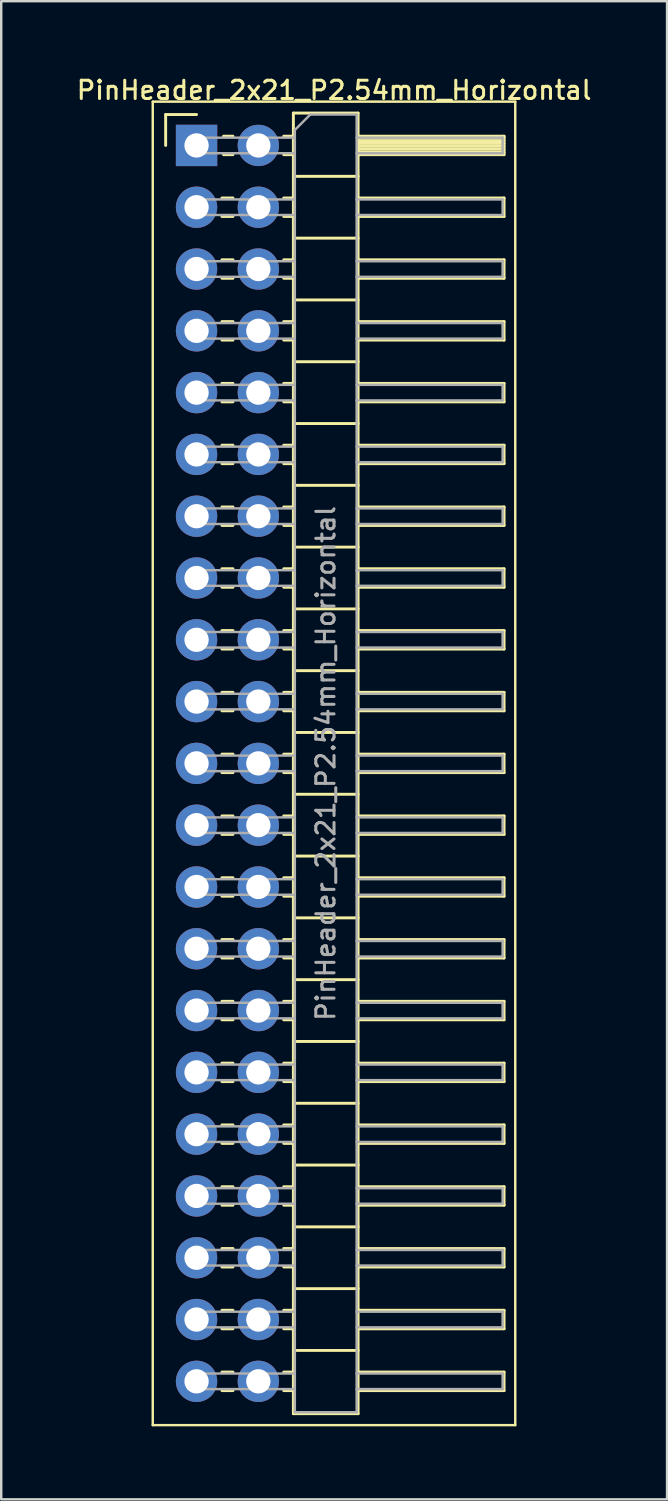
<source format=kicad_pcb>
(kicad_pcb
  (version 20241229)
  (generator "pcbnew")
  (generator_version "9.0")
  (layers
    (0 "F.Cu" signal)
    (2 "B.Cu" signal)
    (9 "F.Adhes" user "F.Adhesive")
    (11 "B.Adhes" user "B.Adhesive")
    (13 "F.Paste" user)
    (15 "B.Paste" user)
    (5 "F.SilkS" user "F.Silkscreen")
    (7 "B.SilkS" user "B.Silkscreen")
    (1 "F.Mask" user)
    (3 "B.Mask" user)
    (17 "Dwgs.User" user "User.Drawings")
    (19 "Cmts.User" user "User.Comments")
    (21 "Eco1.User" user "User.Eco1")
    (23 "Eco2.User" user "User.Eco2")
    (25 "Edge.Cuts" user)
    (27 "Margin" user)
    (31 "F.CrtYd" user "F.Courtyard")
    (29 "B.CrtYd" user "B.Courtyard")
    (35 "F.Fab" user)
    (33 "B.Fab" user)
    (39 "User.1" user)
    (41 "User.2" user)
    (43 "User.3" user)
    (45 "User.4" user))
  (footprint "PinHeader_2x21_P2.54mm_Horizontal"
    (layer "F.Cu")
    (at 5.029 2.928)
    (property "Reference" "PinHeader_2x21_P2.54mm_Horizontal" (at 5.655 -2.27 0) (layer "F.SilkS") (effects (font (size 0.75 0.75) (thickness 0.125))))
    (attr through_hole)
    (fp_line (start -1.8 -1.8) (end -1.8 52.6) (stroke (width 0.1) (type solid)) (layer "F.SilkS"))
    (fp_line (start -1.8 52.6) (end 13.1 52.6) (stroke (width 0.1) (type solid)) (layer "F.SilkS"))
    (fp_line (start -1.27 -1.27) (end 0 -1.27) (stroke (width 0.12) (type solid)) (layer "F.SilkS"))
    (fp_line (start -1.27 0) (end -1.27 -1.27) (stroke (width 0.12) (type solid)) (layer "F.SilkS"))
    (fp_line (start 1.043 2.16) (end 1.497 2.16) (stroke (width 0.12) (type solid)) (layer "F.SilkS"))
    (fp_line (start 1.043 2.92) (end 1.497 2.92) (stroke (width 0.12) (type solid)) (layer "F.SilkS"))
    (fp_line (start 1.043 4.7) (end 1.497 4.7) (stroke (width 0.12) (type solid)) (layer "F.SilkS"))
    (fp_line (start 1.043 5.46) (end 1.497 5.46) (stroke (width 0.12) (type solid)) (layer "F.SilkS"))
    (fp_line (start 1.043 7.24) (end 1.497 7.24) (stroke (width 0.12) (type solid)) (layer "F.SilkS"))
    (fp_line (start 1.043 8) (end 1.497 8) (stroke (width 0.12) (type solid)) (layer "F.SilkS"))
    (fp_line (start 1.043 9.78) (end 1.497 9.78) (stroke (width 0.12) (type solid)) (layer "F.SilkS"))
    (fp_line (start 1.043 10.54) (end 1.497 10.54) (stroke (width 0.12) (type solid)) (layer "F.SilkS"))
    (fp_line (start 1.043 12.32) (end 1.497 12.32) (stroke (width 0.12) (type solid)) (layer "F.SilkS"))
    (fp_line (start 1.043 13.08) (end 1.497 13.08) (stroke (width 0.12) (type solid)) (layer "F.SilkS"))
    (fp_line (start 1.043 14.86) (end 1.497 14.86) (stroke (width 0.12) (type solid)) (layer "F.SilkS"))
    (fp_line (start 1.043 15.62) (end 1.497 15.62) (stroke (width 0.12) (type solid)) (layer "F.SilkS"))
    (fp_line (start 1.043 17.4) (end 1.497 17.4) (stroke (width 0.12) (type solid)) (layer "F.SilkS"))
    (fp_line (start 1.043 18.16) (end 1.497 18.16) (stroke (width 0.12) (type solid)) (layer "F.SilkS"))
    (fp_line (start 1.043 19.94) (end 1.497 19.94) (stroke (width 0.12) (type solid)) (layer "F.SilkS"))
    (fp_line (start 1.043 20.7) (end 1.497 20.7) (stroke (width 0.12) (type solid)) (layer "F.SilkS"))
    (fp_line (start 1.043 22.48) (end 1.497 22.48) (stroke (width 0.12) (type solid)) (layer "F.SilkS"))
    (fp_line (start 1.043 23.24) (end 1.497 23.24) (stroke (width 0.12) (type solid)) (layer "F.SilkS"))
    (fp_line (start 1.043 25.02) (end 1.497 25.02) (stroke (width 0.12) (type solid)) (layer "F.SilkS"))
    (fp_line (start 1.043 25.78) (end 1.497 25.78) (stroke (width 0.12) (type solid)) (layer "F.SilkS"))
    (fp_line (start 1.043 27.56) (end 1.497 27.56) (stroke (width 0.12) (type solid)) (layer "F.SilkS"))
    (fp_line (start 1.043 28.32) (end 1.497 28.32) (stroke (width 0.12) (type solid)) (layer "F.SilkS"))
    (fp_line (start 1.043 30.1) (end 1.497 30.1) (stroke (width 0.12) (type solid)) (layer "F.SilkS"))
    (fp_line (start 1.043 30.86) (end 1.497 30.86) (stroke (width 0.12) (type solid)) (layer "F.SilkS"))
    (fp_line (start 1.043 32.64) (end 1.497 32.64) (stroke (width 0.12) (type solid)) (layer "F.SilkS"))
    (fp_line (start 1.043 33.4) (end 1.497 33.4) (stroke (width 0.12) (type solid)) (layer "F.SilkS"))
    (fp_line (start 1.043 35.18) (end 1.497 35.18) (stroke (width 0.12) (type solid)) (layer "F.SilkS"))
    (fp_line (start 1.043 35.94) (end 1.497 35.94) (stroke (width 0.12) (type solid)) (layer "F.SilkS"))
    (fp_line (start 1.043 37.72) (end 1.497 37.72) (stroke (width 0.12) (type solid)) (layer "F.SilkS"))
    (fp_line (start 1.043 38.48) (end 1.497 38.48) (stroke (width 0.12) (type solid)) (layer "F.SilkS"))
    (fp_line (start 1.043 40.26) (end 1.497 40.26) (stroke (width 0.12) (type solid)) (layer "F.SilkS"))
    (fp_line (start 1.043 41.02) (end 1.497 41.02) (stroke (width 0.12) (type solid)) (layer "F.SilkS"))
    (fp_line (start 1.043 42.8) (end 1.497 42.8) (stroke (width 0.12) (type solid)) (layer "F.SilkS"))
    (fp_line (start 1.043 43.56) (end 1.497 43.56) (stroke (width 0.12) (type solid)) (layer "F.SilkS"))
    (fp_line (start 1.043 45.34) (end 1.497 45.34) (stroke (width 0.12) (type solid)) (layer "F.SilkS"))
    (fp_line (start 1.043 46.1) (end 1.497 46.1) (stroke (width 0.12) (type solid)) (layer "F.SilkS"))
    (fp_line (start 1.043 47.88) (end 1.497 47.88) (stroke (width 0.12) (type solid)) (layer "F.SilkS"))
    (fp_line (start 1.043 48.64) (end 1.497 48.64) (stroke (width 0.12) (type solid)) (layer "F.SilkS"))
    (fp_line (start 1.043 50.42) (end 1.497 50.42) (stroke (width 0.12) (type solid)) (layer "F.SilkS"))
    (fp_line (start 1.043 51.18) (end 1.497 51.18) (stroke (width 0.12) (type solid)) (layer "F.SilkS"))
    (fp_line (start 1.11 -0.38) (end 1.497 -0.38) (stroke (width 0.12) (type solid)) (layer "F.SilkS"))
    (fp_line (start 1.11 0.38) (end 1.497 0.38) (stroke (width 0.12) (type solid)) (layer "F.SilkS"))
    (fp_line (start 3.583 -0.38) (end 3.98 -0.38) (stroke (width 0.12) (type solid)) (layer "F.SilkS"))
    (fp_line (start 3.583 0.38) (end 3.98 0.38) (stroke (width 0.12) (type solid)) (layer "F.SilkS"))
    (fp_line (start 3.583 2.16) (end 3.98 2.16) (stroke (width 0.12) (type solid)) (layer "F.SilkS"))
    (fp_line (start 3.583 2.92) (end 3.98 2.92) (stroke (width 0.12) (type solid)) (layer "F.SilkS"))
    (fp_line (start 3.583 4.7) (end 3.98 4.7) (stroke (width 0.12) (type solid)) (layer "F.SilkS"))
    (fp_line (start 3.583 5.46) (end 3.98 5.46) (stroke (width 0.12) (type solid)) (layer "F.SilkS"))
    (fp_line (start 3.583 7.24) (end 3.98 7.24) (stroke (width 0.12) (type solid)) (layer "F.SilkS"))
    (fp_line (start 3.583 8) (end 3.98 8) (stroke (width 0.12) (type solid)) (layer "F.SilkS"))
    (fp_line (start 3.583 9.78) (end 3.98 9.78) (stroke (width 0.12) (type solid)) (layer "F.SilkS"))
    (fp_line (start 3.583 10.54) (end 3.98 10.54) (stroke (width 0.12) (type solid)) (layer "F.SilkS"))
    (fp_line (start 3.583 12.32) (end 3.98 12.32) (stroke (width 0.12) (type solid)) (layer "F.SilkS"))
    (fp_line (start 3.583 13.08) (end 3.98 13.08) (stroke (width 0.12) (type solid)) (layer "F.SilkS"))
    (fp_line (start 3.583 14.86) (end 3.98 14.86) (stroke (width 0.12) (type solid)) (layer "F.SilkS"))
    (fp_line (start 3.583 15.62) (end 3.98 15.62) (stroke (width 0.12) (type solid)) (layer "F.SilkS"))
    (fp_line (start 3.583 17.4) (end 3.98 17.4) (stroke (width 0.12) (type solid)) (layer "F.SilkS"))
    (fp_line (start 3.583 18.16) (end 3.98 18.16) (stroke (width 0.12) (type solid)) (layer "F.SilkS"))
    (fp_line (start 3.583 19.94) (end 3.98 19.94) (stroke (width 0.12) (type solid)) (layer "F.SilkS"))
    (fp_line (start 3.583 20.7) (end 3.98 20.7) (stroke (width 0.12) (type solid)) (layer "F.SilkS"))
    (fp_line (start 3.583 22.48) (end 3.98 22.48) (stroke (width 0.12) (type solid)) (layer "F.SilkS"))
    (fp_line (start 3.583 23.24) (end 3.98 23.24) (stroke (width 0.12) (type solid)) (layer "F.SilkS"))
    (fp_line (start 3.583 25.02) (end 3.98 25.02) (stroke (width 0.12) (type solid)) (layer "F.SilkS"))
    (fp_line (start 3.583 25.78) (end 3.98 25.78) (stroke (width 0.12) (type solid)) (layer "F.SilkS"))
    (fp_line (start 3.583 27.56) (end 3.98 27.56) (stroke (width 0.12) (type solid)) (layer "F.SilkS"))
    (fp_line (start 3.583 28.32) (end 3.98 28.32) (stroke (width 0.12) (type solid)) (layer "F.SilkS"))
    (fp_line (start 3.583 30.1) (end 3.98 30.1) (stroke (width 0.12) (type solid)) (layer "F.SilkS"))
    (fp_line (start 3.583 30.86) (end 3.98 30.86) (stroke (width 0.12) (type solid)) (layer "F.SilkS"))
    (fp_line (start 3.583 32.64) (end 3.98 32.64) (stroke (width 0.12) (type solid)) (layer "F.SilkS"))
    (fp_line (start 3.583 33.4) (end 3.98 33.4) (stroke (width 0.12) (type solid)) (layer "F.SilkS"))
    (fp_line (start 3.583 35.18) (end 3.98 35.18) (stroke (width 0.12) (type solid)) (layer "F.SilkS"))
    (fp_line (start 3.583 35.94) (end 3.98 35.94) (stroke (width 0.12) (type solid)) (layer "F.SilkS"))
    (fp_line (start 3.583 37.72) (end 3.98 37.72) (stroke (width 0.12) (type solid)) (layer "F.SilkS"))
    (fp_line (start 3.583 38.48) (end 3.98 38.48) (stroke (width 0.12) (type solid)) (layer "F.SilkS"))
    (fp_line (start 3.583 40.26) (end 3.98 40.26) (stroke (width 0.12) (type solid)) (layer "F.SilkS"))
    (fp_line (start 3.583 41.02) (end 3.98 41.02) (stroke (width 0.12) (type solid)) (layer "F.SilkS"))
    (fp_line (start 3.583 42.8) (end 3.98 42.8) (stroke (width 0.12) (type solid)) (layer "F.SilkS"))
    (fp_line (start 3.583 43.56) (end 3.98 43.56) (stroke (width 0.12) (type solid)) (layer "F.SilkS"))
    (fp_line (start 3.583 45.34) (end 3.98 45.34) (stroke (width 0.12) (type solid)) (layer "F.SilkS"))
    (fp_line (start 3.583 46.1) (end 3.98 46.1) (stroke (width 0.12) (type solid)) (layer "F.SilkS"))
    (fp_line (start 3.583 47.88) (end 3.98 47.88) (stroke (width 0.12) (type solid)) (layer "F.SilkS"))
    (fp_line (start 3.583 48.64) (end 3.98 48.64) (stroke (width 0.12) (type solid)) (layer "F.SilkS"))
    (fp_line (start 3.583 50.42) (end 3.98 50.42) (stroke (width 0.12) (type solid)) (layer "F.SilkS"))
    (fp_line (start 3.583 51.18) (end 3.98 51.18) (stroke (width 0.12) (type solid)) (layer "F.SilkS"))
    (fp_line (start 3.98 -1.33) (end 3.98 52.13) (stroke (width 0.12) (type solid)) (layer "F.SilkS"))
    (fp_line (start 3.98 1.27) (end 6.64 1.27) (stroke (width 0.12) (type solid)) (layer "F.SilkS"))
    (fp_line (start 3.98 3.81) (end 6.64 3.81) (stroke (width 0.12) (type solid)) (layer "F.SilkS"))
    (fp_line (start 3.98 6.35) (end 6.64 6.35) (stroke (width 0.12) (type solid)) (layer "F.SilkS"))
    (fp_line (start 3.98 8.89) (end 6.64 8.89) (stroke (width 0.12) (type solid)) (layer "F.SilkS"))
    (fp_line (start 3.98 11.43) (end 6.64 11.43) (stroke (width 0.12) (type solid)) (layer "F.SilkS"))
    (fp_line (start 3.98 13.97) (end 6.64 13.97) (stroke (width 0.12) (type solid)) (layer "F.SilkS"))
    (fp_line (start 3.98 16.51) (end 6.64 16.51) (stroke (width 0.12) (type solid)) (layer "F.SilkS"))
    (fp_line (start 3.98 19.05) (end 6.64 19.05) (stroke (width 0.12) (type solid)) (layer "F.SilkS"))
    (fp_line (start 3.98 21.59) (end 6.64 21.59) (stroke (width 0.12) (type solid)) (layer "F.SilkS"))
    (fp_line (start 3.98 24.13) (end 6.64 24.13) (stroke (width 0.12) (type solid)) (layer "F.SilkS"))
    (fp_line (start 3.98 26.67) (end 6.64 26.67) (stroke (width 0.12) (type solid)) (layer "F.SilkS"))
    (fp_line (start 3.98 29.21) (end 6.64 29.21) (stroke (width 0.12) (type solid)) (layer "F.SilkS"))
    (fp_line (start 3.98 31.75) (end 6.64 31.75) (stroke (width 0.12) (type solid)) (layer "F.SilkS"))
    (fp_line (start 3.98 34.29) (end 6.64 34.29) (stroke (width 0.12) (type solid)) (layer "F.SilkS"))
    (fp_line (start 3.98 36.83) (end 6.64 36.83) (stroke (width 0.12) (type solid)) (layer "F.SilkS"))
    (fp_line (start 3.98 39.37) (end 6.64 39.37) (stroke (width 0.12) (type solid)) (layer "F.SilkS"))
    (fp_line (start 3.98 41.91) (end 6.64 41.91) (stroke (width 0.12) (type solid)) (layer "F.SilkS"))
    (fp_line (start 3.98 44.45) (end 6.64 44.45) (stroke (width 0.12) (type solid)) (layer "F.SilkS"))
    (fp_line (start 3.98 46.99) (end 6.64 46.99) (stroke (width 0.12) (type solid)) (layer "F.SilkS"))
    (fp_line (start 3.98 49.53) (end 6.64 49.53) (stroke (width 0.12) (type solid)) (layer "F.SilkS"))
    (fp_line (start 3.98 52.13) (end 6.64 52.13) (stroke (width 0.12) (type solid)) (layer "F.SilkS"))
    (fp_line (start 6.64 -1.33) (end 3.98 -1.33) (stroke (width 0.12) (type solid)) (layer "F.SilkS"))
    (fp_line (start 6.64 -0.38) (end 12.64 -0.38) (stroke (width 0.12) (type solid)) (layer "F.SilkS"))
    (fp_line (start 6.64 -0.32) (end 12.64 -0.32) (stroke (width 0.12) (type solid)) (layer "F.SilkS"))
    (fp_line (start 6.64 -0.2) (end 12.64 -0.2) (stroke (width 0.12) (type solid)) (layer "F.SilkS"))
    (fp_line (start 6.64 -0.08) (end 12.64 -0.08) (stroke (width 0.12) (type solid)) (layer "F.SilkS"))
    (fp_line (start 6.64 0.04) (end 12.64 0.04) (stroke (width 0.12) (type solid)) (layer "F.SilkS"))
    (fp_line (start 6.64 0.16) (end 12.64 0.16) (stroke (width 0.12) (type solid)) (layer "F.SilkS"))
    (fp_line (start 6.64 0.28) (end 12.64 0.28) (stroke (width 0.12) (type solid)) (layer "F.SilkS"))
    (fp_line (start 6.64 2.16) (end 12.64 2.16) (stroke (width 0.12) (type solid)) (layer "F.SilkS"))
    (fp_line (start 6.64 4.7) (end 12.64 4.7) (stroke (width 0.12) (type solid)) (layer "F.SilkS"))
    (fp_line (start 6.64 7.24) (end 12.64 7.24) (stroke (width 0.12) (type solid)) (layer "F.SilkS"))
    (fp_line (start 6.64 9.78) (end 12.64 9.78) (stroke (width 0.12) (type solid)) (layer "F.SilkS"))
    (fp_line (start 6.64 12.32) (end 12.64 12.32) (stroke (width 0.12) (type solid)) (layer "F.SilkS"))
    (fp_line (start 6.64 14.86) (end 12.64 14.86) (stroke (width 0.12) (type solid)) (layer "F.SilkS"))
    (fp_line (start 6.64 17.4) (end 12.64 17.4) (stroke (width 0.12) (type solid)) (layer "F.SilkS"))
    (fp_line (start 6.64 19.94) (end 12.64 19.94) (stroke (width 0.12) (type solid)) (layer "F.SilkS"))
    (fp_line (start 6.64 22.48) (end 12.64 22.48) (stroke (width 0.12) (type solid)) (layer "F.SilkS"))
    (fp_line (start 6.64 25.02) (end 12.64 25.02) (stroke (width 0.12) (type solid)) (layer "F.SilkS"))
    (fp_line (start 6.64 27.56) (end 12.64 27.56) (stroke (width 0.12) (type solid)) (layer "F.SilkS"))
    (fp_line (start 6.64 30.1) (end 12.64 30.1) (stroke (width 0.12) (type solid)) (layer "F.SilkS"))
    (fp_line (start 6.64 32.64) (end 12.64 32.64) (stroke (width 0.12) (type solid)) (layer "F.SilkS"))
    (fp_line (start 6.64 35.18) (end 12.64 35.18) (stroke (width 0.12) (type solid)) (layer "F.SilkS"))
    (fp_line (start 6.64 37.72) (end 12.64 37.72) (stroke (width 0.12) (type solid)) (layer "F.SilkS"))
    (fp_line (start 6.64 40.26) (end 12.64 40.26) (stroke (width 0.12) (type solid)) (layer "F.SilkS"))
    (fp_line (start 6.64 42.8) (end 12.64 42.8) (stroke (width 0.12) (type solid)) (layer "F.SilkS"))
    (fp_line (start 6.64 45.34) (end 12.64 45.34) (stroke (width 0.12) (type solid)) (layer "F.SilkS"))
    (fp_line (start 6.64 47.88) (end 12.64 47.88) (stroke (width 0.12) (type solid)) (layer "F.SilkS"))
    (fp_line (start 6.64 50.42) (end 12.64 50.42) (stroke (width 0.12) (type solid)) (layer "F.SilkS"))
    (fp_line (start 6.64 52.13) (end 6.64 -1.33) (stroke (width 0.12) (type solid)) (layer "F.SilkS"))
    (fp_line (start 12.64 -0.38) (end 12.64 0.38) (stroke (width 0.12) (type solid)) (layer "F.SilkS"))
    (fp_line (start 12.64 0.38) (end 6.64 0.38) (stroke (width 0.12) (type solid)) (layer "F.SilkS"))
    (fp_line (start 12.64 2.16) (end 12.64 2.92) (stroke (width 0.12) (type solid)) (layer "F.SilkS"))
    (fp_line (start 12.64 2.92) (end 6.64 2.92) (stroke (width 0.12) (type solid)) (layer "F.SilkS"))
    (fp_line (start 12.64 4.7) (end 12.64 5.46) (stroke (width 0.12) (type solid)) (layer "F.SilkS"))
    (fp_line (start 12.64 5.46) (end 6.64 5.46) (stroke (width 0.12) (type solid)) (layer "F.SilkS"))
    (fp_line (start 12.64 7.24) (end 12.64 8) (stroke (width 0.12) (type solid)) (layer "F.SilkS"))
    (fp_line (start 12.64 8) (end 6.64 8) (stroke (width 0.12) (type solid)) (layer "F.SilkS"))
    (fp_line (start 12.64 9.78) (end 12.64 10.54) (stroke (width 0.12) (type solid)) (layer "F.SilkS"))
    (fp_line (start 12.64 10.54) (end 6.64 10.54) (stroke (width 0.12) (type solid)) (layer "F.SilkS"))
    (fp_line (start 12.64 12.32) (end 12.64 13.08) (stroke (width 0.12) (type solid)) (layer "F.SilkS"))
    (fp_line (start 12.64 13.08) (end 6.64 13.08) (stroke (width 0.12) (type solid)) (layer "F.SilkS"))
    (fp_line (start 12.64 14.86) (end 12.64 15.62) (stroke (width 0.12) (type solid)) (layer "F.SilkS"))
    (fp_line (start 12.64 15.62) (end 6.64 15.62) (stroke (width 0.12) (type solid)) (layer "F.SilkS"))
    (fp_line (start 12.64 17.4) (end 12.64 18.16) (stroke (width 0.12) (type solid)) (layer "F.SilkS"))
    (fp_line (start 12.64 18.16) (end 6.64 18.16) (stroke (width 0.12) (type solid)) (layer "F.SilkS"))
    (fp_line (start 12.64 19.94) (end 12.64 20.7) (stroke (width 0.12) (type solid)) (layer "F.SilkS"))
    (fp_line (start 12.64 20.7) (end 6.64 20.7) (stroke (width 0.12) (type solid)) (layer "F.SilkS"))
    (fp_line (start 12.64 22.48) (end 12.64 23.24) (stroke (width 0.12) (type solid)) (layer "F.SilkS"))
    (fp_line (start 12.64 23.24) (end 6.64 23.24) (stroke (width 0.12) (type solid)) (layer "F.SilkS"))
    (fp_line (start 12.64 25.02) (end 12.64 25.78) (stroke (width 0.12) (type solid)) (layer "F.SilkS"))
    (fp_line (start 12.64 25.78) (end 6.64 25.78) (stroke (width 0.12) (type solid)) (layer "F.SilkS"))
    (fp_line (start 12.64 27.56) (end 12.64 28.32) (stroke (width 0.12) (type solid)) (layer "F.SilkS"))
    (fp_line (start 12.64 28.32) (end 6.64 28.32) (stroke (width 0.12) (type solid)) (layer "F.SilkS"))
    (fp_line (start 12.64 30.1) (end 12.64 30.86) (stroke (width 0.12) (type solid)) (layer "F.SilkS"))
    (fp_line (start 12.64 30.86) (end 6.64 30.86) (stroke (width 0.12) (type solid)) (layer "F.SilkS"))
    (fp_line (start 12.64 32.64) (end 12.64 33.4) (stroke (width 0.12) (type solid)) (layer "F.SilkS"))
    (fp_line (start 12.64 33.4) (end 6.64 33.4) (stroke (width 0.12) (type solid)) (layer "F.SilkS"))
    (fp_line (start 12.64 35.18) (end 12.64 35.94) (stroke (width 0.12) (type solid)) (layer "F.SilkS"))
    (fp_line (start 12.64 35.94) (end 6.64 35.94) (stroke (width 0.12) (type solid)) (layer "F.SilkS"))
    (fp_line (start 12.64 37.72) (end 12.64 38.48) (stroke (width 0.12) (type solid)) (layer "F.SilkS"))
    (fp_line (start 12.64 38.48) (end 6.64 38.48) (stroke (width 0.12) (type solid)) (layer "F.SilkS"))
    (fp_line (start 12.64 40.26) (end 12.64 41.02) (stroke (width 0.12) (type solid)) (layer "F.SilkS"))
    (fp_line (start 12.64 41.02) (end 6.64 41.02) (stroke (width 0.12) (type solid)) (layer "F.SilkS"))
    (fp_line (start 12.64 42.8) (end 12.64 43.56) (stroke (width 0.12) (type solid)) (layer "F.SilkS"))
    (fp_line (start 12.64 43.56) (end 6.64 43.56) (stroke (width 0.12) (type solid)) (layer "F.SilkS"))
    (fp_line (start 12.64 45.34) (end 12.64 46.1) (stroke (width 0.12) (type solid)) (layer "F.SilkS"))
    (fp_line (start 12.64 46.1) (end 6.64 46.1) (stroke (width 0.12) (type solid)) (layer "F.SilkS"))
    (fp_line (start 12.64 47.88) (end 12.64 48.64) (stroke (width 0.12) (type solid)) (layer "F.SilkS"))
    (fp_line (start 12.64 48.64) (end 6.64 48.64) (stroke (width 0.12) (type solid)) (layer "F.SilkS"))
    (fp_line (start 12.64 50.42) (end 12.64 51.18) (stroke (width 0.12) (type solid)) (layer "F.SilkS"))
    (fp_line (start 12.64 51.18) (end 6.64 51.18) (stroke (width 0.12) (type solid)) (layer "F.SilkS"))
    (fp_line (start 13.1 -1.8) (end -1.8 -1.8) (stroke (width 0.1) (type solid)) (layer "F.SilkS"))
    (fp_line (start 13.1 52.6) (end 13.1 -1.8) (stroke (width 0.1) (type solid)) (layer "F.SilkS"))
    (fp_line (start -0.32 -0.32) (end -0.32 0.32) (stroke (width 0.1) (type solid)) (layer "F.Fab"))
    (fp_line (start -0.32 -0.32) (end 4.04 -0.32) (stroke (width 0.1) (type solid)) (layer "F.Fab"))
    (fp_line (start -0.32 0.32) (end 4.04 0.32) (stroke (width 0.1) (type solid)) (layer "F.Fab"))
    (fp_line (start -0.32 2.22) (end -0.32 2.86) (stroke (width 0.1) (type solid)) (layer "F.Fab"))
    (fp_line (start -0.32 2.22) (end 4.04 2.22) (stroke (width 0.1) (type solid)) (layer "F.Fab"))
    (fp_line (start -0.32 2.86) (end 4.04 2.86) (stroke (width 0.1) (type solid)) (layer "F.Fab"))
    (fp_line (start -0.32 4.76) (end -0.32 5.4) (stroke (width 0.1) (type solid)) (layer "F.Fab"))
    (fp_line (start -0.32 4.76) (end 4.04 4.76) (stroke (width 0.1) (type solid)) (layer "F.Fab"))
    (fp_line (start -0.32 5.4) (end 4.04 5.4) (stroke (width 0.1) (type solid)) (layer "F.Fab"))
    (fp_line (start -0.32 7.3) (end -0.32 7.94) (stroke (width 0.1) (type solid)) (layer "F.Fab"))
    (fp_line (start -0.32 7.3) (end 4.04 7.3) (stroke (width 0.1) (type solid)) (layer "F.Fab"))
    (fp_line (start -0.32 7.94) (end 4.04 7.94) (stroke (width 0.1) (type solid)) (layer "F.Fab"))
    (fp_line (start -0.32 9.84) (end -0.32 10.48) (stroke (width 0.1) (type solid)) (layer "F.Fab"))
    (fp_line (start -0.32 9.84) (end 4.04 9.84) (stroke (width 0.1) (type solid)) (layer "F.Fab"))
    (fp_line (start -0.32 10.48) (end 4.04 10.48) (stroke (width 0.1) (type solid)) (layer "F.Fab"))
    (fp_line (start -0.32 12.38) (end -0.32 13.02) (stroke (width 0.1) (type solid)) (layer "F.Fab"))
    (fp_line (start -0.32 12.38) (end 4.04 12.38) (stroke (width 0.1) (type solid)) (layer "F.Fab"))
    (fp_line (start -0.32 13.02) (end 4.04 13.02) (stroke (width 0.1) (type solid)) (layer "F.Fab"))
    (fp_line (start -0.32 14.92) (end -0.32 15.56) (stroke (width 0.1) (type solid)) (layer "F.Fab"))
    (fp_line (start -0.32 14.92) (end 4.04 14.92) (stroke (width 0.1) (type solid)) (layer "F.Fab"))
    (fp_line (start -0.32 15.56) (end 4.04 15.56) (stroke (width 0.1) (type solid)) (layer "F.Fab"))
    (fp_line (start -0.32 17.46) (end -0.32 18.1) (stroke (width 0.1) (type solid)) (layer "F.Fab"))
    (fp_line (start -0.32 17.46) (end 4.04 17.46) (stroke (width 0.1) (type solid)) (layer "F.Fab"))
    (fp_line (start -0.32 18.1) (end 4.04 18.1) (stroke (width 0.1) (type solid)) (layer "F.Fab"))
    (fp_line (start -0.32 20) (end -0.32 20.64) (stroke (width 0.1) (type solid)) (layer "F.Fab"))
    (fp_line (start -0.32 20) (end 4.04 20) (stroke (width 0.1) (type solid)) (layer "F.Fab"))
    (fp_line (start -0.32 20.64) (end 4.04 20.64) (stroke (width 0.1) (type solid)) (layer "F.Fab"))
    (fp_line (start -0.32 22.54) (end -0.32 23.18) (stroke (width 0.1) (type solid)) (layer "F.Fab"))
    (fp_line (start -0.32 22.54) (end 4.04 22.54) (stroke (width 0.1) (type solid)) (layer "F.Fab"))
    (fp_line (start -0.32 23.18) (end 4.04 23.18) (stroke (width 0.1) (type solid)) (layer "F.Fab"))
    (fp_line (start -0.32 25.08) (end -0.32 25.72) (stroke (width 0.1) (type solid)) (layer "F.Fab"))
    (fp_line (start -0.32 25.08) (end 4.04 25.08) (stroke (width 0.1) (type solid)) (layer "F.Fab"))
    (fp_line (start -0.32 25.72) (end 4.04 25.72) (stroke (width 0.1) (type solid)) (layer "F.Fab"))
    (fp_line (start -0.32 27.62) (end -0.32 28.26) (stroke (width 0.1) (type solid)) (layer "F.Fab"))
    (fp_line (start -0.32 27.62) (end 4.04 27.62) (stroke (width 0.1) (type solid)) (layer "F.Fab"))
    (fp_line (start -0.32 28.26) (end 4.04 28.26) (stroke (width 0.1) (type solid)) (layer "F.Fab"))
    (fp_line (start -0.32 30.16) (end -0.32 30.8) (stroke (width 0.1) (type solid)) (layer "F.Fab"))
    (fp_line (start -0.32 30.16) (end 4.04 30.16) (stroke (width 0.1) (type solid)) (layer "F.Fab"))
    (fp_line (start -0.32 30.8) (end 4.04 30.8) (stroke (width 0.1) (type solid)) (layer "F.Fab"))
    (fp_line (start -0.32 32.7) (end -0.32 33.34) (stroke (width 0.1) (type solid)) (layer "F.Fab"))
    (fp_line (start -0.32 32.7) (end 4.04 32.7) (stroke (width 0.1) (type solid)) (layer "F.Fab"))
    (fp_line (start -0.32 33.34) (end 4.04 33.34) (stroke (width 0.1) (type solid)) (layer "F.Fab"))
    (fp_line (start -0.32 35.24) (end -0.32 35.88) (stroke (width 0.1) (type solid)) (layer "F.Fab"))
    (fp_line (start -0.32 35.24) (end 4.04 35.24) (stroke (width 0.1) (type solid)) (layer "F.Fab"))
    (fp_line (start -0.32 35.88) (end 4.04 35.88) (stroke (width 0.1) (type solid)) (layer "F.Fab"))
    (fp_line (start -0.32 37.78) (end -0.32 38.42) (stroke (width 0.1) (type solid)) (layer "F.Fab"))
    (fp_line (start -0.32 37.78) (end 4.04 37.78) (stroke (width 0.1) (type solid)) (layer "F.Fab"))
    (fp_line (start -0.32 38.42) (end 4.04 38.42) (stroke (width 0.1) (type solid)) (layer "F.Fab"))
    (fp_line (start -0.32 40.32) (end -0.32 40.96) (stroke (width 0.1) (type solid)) (layer "F.Fab"))
    (fp_line (start -0.32 40.32) (end 4.04 40.32) (stroke (width 0.1) (type solid)) (layer "F.Fab"))
    (fp_line (start -0.32 40.96) (end 4.04 40.96) (stroke (width 0.1) (type solid)) (layer "F.Fab"))
    (fp_line (start -0.32 42.86) (end -0.32 43.5) (stroke (width 0.1) (type solid)) (layer "F.Fab"))
    (fp_line (start -0.32 42.86) (end 4.04 42.86) (stroke (width 0.1) (type solid)) (layer "F.Fab"))
    (fp_line (start -0.32 43.5) (end 4.04 43.5) (stroke (width 0.1) (type solid)) (layer "F.Fab"))
    (fp_line (start -0.32 45.4) (end -0.32 46.04) (stroke (width 0.1) (type solid)) (layer "F.Fab"))
    (fp_line (start -0.32 45.4) (end 4.04 45.4) (stroke (width 0.1) (type solid)) (layer "F.Fab"))
    (fp_line (start -0.32 46.04) (end 4.04 46.04) (stroke (width 0.1) (type solid)) (layer "F.Fab"))
    (fp_line (start -0.32 47.94) (end -0.32 48.58) (stroke (width 0.1) (type solid)) (layer "F.Fab"))
    (fp_line (start -0.32 47.94) (end 4.04 47.94) (stroke (width 0.1) (type solid)) (layer "F.Fab"))
    (fp_line (start -0.32 48.58) (end 4.04 48.58) (stroke (width 0.1) (type solid)) (layer "F.Fab"))
    (fp_line (start -0.32 50.48) (end -0.32 51.12) (stroke (width 0.1) (type solid)) (layer "F.Fab"))
    (fp_line (start -0.32 50.48) (end 4.04 50.48) (stroke (width 0.1) (type solid)) (layer "F.Fab"))
    (fp_line (start -0.32 51.12) (end 4.04 51.12) (stroke (width 0.1) (type solid)) (layer "F.Fab"))
    (fp_line (start 4.04 -0.635) (end 4.675 -1.27) (stroke (width 0.1) (type solid)) (layer "F.Fab"))
    (fp_line (start 4.04 52.07) (end 4.04 -0.635) (stroke (width 0.1) (type solid)) (layer "F.Fab"))
    (fp_line (start 4.675 -1.27) (end 6.58 -1.27) (stroke (width 0.1) (type solid)) (layer "F.Fab"))
    (fp_line (start 6.58 -1.27) (end 6.58 52.07) (stroke (width 0.1) (type solid)) (layer "F.Fab"))
    (fp_line (start 6.58 -0.32) (end 12.58 -0.32) (stroke (width 0.1) (type solid)) (layer "F.Fab"))
    (fp_line (start 6.58 0.32) (end 12.58 0.32) (stroke (width 0.1) (type solid)) (layer "F.Fab"))
    (fp_line (start 6.58 2.22) (end 12.58 2.22) (stroke (width 0.1) (type solid)) (layer "F.Fab"))
    (fp_line (start 6.58 2.86) (end 12.58 2.86) (stroke (width 0.1) (type solid)) (layer "F.Fab"))
    (fp_line (start 6.58 4.76) (end 12.58 4.76) (stroke (width 0.1) (type solid)) (layer "F.Fab"))
    (fp_line (start 6.58 5.4) (end 12.58 5.4) (stroke (width 0.1) (type solid)) (layer "F.Fab"))
    (fp_line (start 6.58 7.3) (end 12.58 7.3) (stroke (width 0.1) (type solid)) (layer "F.Fab"))
    (fp_line (start 6.58 7.94) (end 12.58 7.94) (stroke (width 0.1) (type solid)) (layer "F.Fab"))
    (fp_line (start 6.58 9.84) (end 12.58 9.84) (stroke (width 0.1) (type solid)) (layer "F.Fab"))
    (fp_line (start 6.58 10.48) (end 12.58 10.48) (stroke (width 0.1) (type solid)) (layer "F.Fab"))
    (fp_line (start 6.58 12.38) (end 12.58 12.38) (stroke (width 0.1) (type solid)) (layer "F.Fab"))
    (fp_line (start 6.58 13.02) (end 12.58 13.02) (stroke (width 0.1) (type solid)) (layer "F.Fab"))
    (fp_line (start 6.58 14.92) (end 12.58 14.92) (stroke (width 0.1) (type solid)) (layer "F.Fab"))
    (fp_line (start 6.58 15.56) (end 12.58 15.56) (stroke (width 0.1) (type solid)) (layer "F.Fab"))
    (fp_line (start 6.58 17.46) (end 12.58 17.46) (stroke (width 0.1) (type solid)) (layer "F.Fab"))
    (fp_line (start 6.58 18.1) (end 12.58 18.1) (stroke (width 0.1) (type solid)) (layer "F.Fab"))
    (fp_line (start 6.58 20) (end 12.58 20) (stroke (width 0.1) (type solid)) (layer "F.Fab"))
    (fp_line (start 6.58 20.64) (end 12.58 20.64) (stroke (width 0.1) (type solid)) (layer "F.Fab"))
    (fp_line (start 6.58 22.54) (end 12.58 22.54) (stroke (width 0.1) (type solid)) (layer "F.Fab"))
    (fp_line (start 6.58 23.18) (end 12.58 23.18) (stroke (width 0.1) (type solid)) (layer "F.Fab"))
    (fp_line (start 6.58 25.08) (end 12.58 25.08) (stroke (width 0.1) (type solid)) (layer "F.Fab"))
    (fp_line (start 6.58 25.72) (end 12.58 25.72) (stroke (width 0.1) (type solid)) (layer "F.Fab"))
    (fp_line (start 6.58 27.62) (end 12.58 27.62) (stroke (width 0.1) (type solid)) (layer "F.Fab"))
    (fp_line (start 6.58 28.26) (end 12.58 28.26) (stroke (width 0.1) (type solid)) (layer "F.Fab"))
    (fp_line (start 6.58 30.16) (end 12.58 30.16) (stroke (width 0.1) (type solid)) (layer "F.Fab"))
    (fp_line (start 6.58 30.8) (end 12.58 30.8) (stroke (width 0.1) (type solid)) (layer "F.Fab"))
    (fp_line (start 6.58 32.7) (end 12.58 32.7) (stroke (width 0.1) (type solid)) (layer "F.Fab"))
    (fp_line (start 6.58 33.34) (end 12.58 33.34) (stroke (width 0.1) (type solid)) (layer "F.Fab"))
    (fp_line (start 6.58 35.24) (end 12.58 35.24) (stroke (width 0.1) (type solid)) (layer "F.Fab"))
    (fp_line (start 6.58 35.88) (end 12.58 35.88) (stroke (width 0.1) (type solid)) (layer "F.Fab"))
    (fp_line (start 6.58 37.78) (end 12.58 37.78) (stroke (width 0.1) (type solid)) (layer "F.Fab"))
    (fp_line (start 6.58 38.42) (end 12.58 38.42) (stroke (width 0.1) (type solid)) (layer "F.Fab"))
    (fp_line (start 6.58 40.32) (end 12.58 40.32) (stroke (width 0.1) (type solid)) (layer "F.Fab"))
    (fp_line (start 6.58 40.96) (end 12.58 40.96) (stroke (width 0.1) (type solid)) (layer "F.Fab"))
    (fp_line (start 6.58 42.86) (end 12.58 42.86) (stroke (width 0.1) (type solid)) (layer "F.Fab"))
    (fp_line (start 6.58 43.5) (end 12.58 43.5) (stroke (width 0.1) (type solid)) (layer "F.Fab"))
    (fp_line (start 6.58 45.4) (end 12.58 45.4) (stroke (width 0.1) (type solid)) (layer "F.Fab"))
    (fp_line (start 6.58 46.04) (end 12.58 46.04) (stroke (width 0.1) (type solid)) (layer "F.Fab"))
    (fp_line (start 6.58 47.94) (end 12.58 47.94) (stroke (width 0.1) (type solid)) (layer "F.Fab"))
    (fp_line (start 6.58 48.58) (end 12.58 48.58) (stroke (width 0.1) (type solid)) (layer "F.Fab"))
    (fp_line (start 6.58 50.48) (end 12.58 50.48) (stroke (width 0.1) (type solid)) (layer "F.Fab"))
    (fp_line (start 6.58 51.12) (end 12.58 51.12) (stroke (width 0.1) (type solid)) (layer "F.Fab"))
    (fp_line (start 6.58 52.07) (end 4.04 52.07) (stroke (width 0.1) (type solid)) (layer "F.Fab"))
    (fp_line (start 12.58 -0.32) (end 12.58 0.32) (stroke (width 0.1) (type solid)) (layer "F.Fab"))
    (fp_line (start 12.58 2.22) (end 12.58 2.86) (stroke (width 0.1) (type solid)) (layer "F.Fab"))
    (fp_line (start 12.58 4.76) (end 12.58 5.4) (stroke (width 0.1) (type solid)) (layer "F.Fab"))
    (fp_line (start 12.58 7.3) (end 12.58 7.94) (stroke (width 0.1) (type solid)) (layer "F.Fab"))
    (fp_line (start 12.58 9.84) (end 12.58 10.48) (stroke (width 0.1) (type solid)) (layer "F.Fab"))
    (fp_line (start 12.58 12.38) (end 12.58 13.02) (stroke (width 0.1) (type solid)) (layer "F.Fab"))
    (fp_line (start 12.58 14.92) (end 12.58 15.56) (stroke (width 0.1) (type solid)) (layer "F.Fab"))
    (fp_line (start 12.58 17.46) (end 12.58 18.1) (stroke (width 0.1) (type solid)) (layer "F.Fab"))
    (fp_line (start 12.58 20) (end 12.58 20.64) (stroke (width 0.1) (type solid)) (layer "F.Fab"))
    (fp_line (start 12.58 22.54) (end 12.58 23.18) (stroke (width 0.1) (type solid)) (layer "F.Fab"))
    (fp_line (start 12.58 25.08) (end 12.58 25.72) (stroke (width 0.1) (type solid)) (layer "F.Fab"))
    (fp_line (start 12.58 27.62) (end 12.58 28.26) (stroke (width 0.1) (type solid)) (layer "F.Fab"))
    (fp_line (start 12.58 30.16) (end 12.58 30.8) (stroke (width 0.1) (type solid)) (layer "F.Fab"))
    (fp_line (start 12.58 32.7) (end 12.58 33.34) (stroke (width 0.1) (type solid)) (layer "F.Fab"))
    (fp_line (start 12.58 35.24) (end 12.58 35.88) (stroke (width 0.1) (type solid)) (layer "F.Fab"))
    (fp_line (start 12.58 37.78) (end 12.58 38.42) (stroke (width 0.1) (type solid)) (layer "F.Fab"))
    (fp_line (start 12.58 40.32) (end 12.58 40.96) (stroke (width 0.1) (type solid)) (layer "F.Fab"))
    (fp_line (start 12.58 42.86) (end 12.58 43.5) (stroke (width 0.1) (type solid)) (layer "F.Fab"))
    (fp_line (start 12.58 45.4) (end 12.58 46.04) (stroke (width 0.1) (type solid)) (layer "F.Fab"))
    (fp_line (start 12.58 47.94) (end 12.58 48.58) (stroke (width 0.1) (type solid)) (layer "F.Fab"))
    (fp_line (start 12.58 50.48) (end 12.58 51.12) (stroke (width 0.1) (type solid)) (layer "F.Fab"))
    (fp_text user "${REFERENCE}" (at 5.31 25.4 90) (layer "F.Fab") (effects (font (size 0.75 0.75) (thickness 0.125))))
    (pad "1" thru_hole rect (at 0 0) (size 1.7 1.7) (drill 1) (layers "*.Cu" "*.Mask"))
    (pad "2" thru_hole oval (at 2.54 0) (size 1.7 1.7) (drill 1) (layers "*.Cu" "*.Mask"))
    (pad "3" thru_hole oval (at 0 2.54) (size 1.7 1.7) (drill 1) (layers "*.Cu" "*.Mask"))
    (pad "4" thru_hole oval (at 2.54 2.54) (size 1.7 1.7) (drill 1) (layers "*.Cu" "*.Mask"))
    (pad "5" thru_hole oval (at 0 5.08) (size 1.7 1.7) (drill 1) (layers "*.Cu" "*.Mask"))
    (pad "6" thru_hole oval (at 2.54 5.08) (size 1.7 1.7) (drill 1) (layers "*.Cu" "*.Mask"))
    (pad "7" thru_hole oval (at 0 7.62) (size 1.7 1.7) (drill 1) (layers "*.Cu" "*.Mask"))
    (pad "8" thru_hole oval (at 2.54 7.62) (size 1.7 1.7) (drill 1) (layers "*.Cu" "*.Mask"))
    (pad "9" thru_hole oval (at 0 10.16) (size 1.7 1.7) (drill 1) (layers "*.Cu" "*.Mask"))
    (pad "10" thru_hole oval (at 2.54 10.16) (size 1.7 1.7) (drill 1) (layers "*.Cu" "*.Mask"))
    (pad "11" thru_hole oval (at 0 12.7) (size 1.7 1.7) (drill 1) (layers "*.Cu" "*.Mask"))
    (pad "12" thru_hole oval (at 2.54 12.7) (size 1.7 1.7) (drill 1) (layers "*.Cu" "*.Mask"))
    (pad "13" thru_hole oval (at 0 15.24) (size 1.7 1.7) (drill 1) (layers "*.Cu" "*.Mask"))
    (pad "14" thru_hole oval (at 2.54 15.24) (size 1.7 1.7) (drill 1) (layers "*.Cu" "*.Mask"))
    (pad "15" thru_hole oval (at 0 17.78) (size 1.7 1.7) (drill 1) (layers "*.Cu" "*.Mask"))
    (pad "16" thru_hole oval (at 2.54 17.78) (size 1.7 1.7) (drill 1) (layers "*.Cu" "*.Mask"))
    (pad "17" thru_hole oval (at 0 20.32) (size 1.7 1.7) (drill 1) (layers "*.Cu" "*.Mask"))
    (pad "18" thru_hole oval (at 2.54 20.32) (size 1.7 1.7) (drill 1) (layers "*.Cu" "*.Mask"))
    (pad "19" thru_hole oval (at 0 22.86) (size 1.7 1.7) (drill 1) (layers "*.Cu" "*.Mask"))
    (pad "20" thru_hole oval (at 2.54 22.86) (size 1.7 1.7) (drill 1) (layers "*.Cu" "*.Mask"))
    (pad "21" thru_hole oval (at 0 25.4) (size 1.7 1.7) (drill 1) (layers "*.Cu" "*.Mask"))
    (pad "22" thru_hole oval (at 2.54 25.4) (size 1.7 1.7) (drill 1) (layers "*.Cu" "*.Mask"))
    (pad "23" thru_hole oval (at 0 27.94) (size 1.7 1.7) (drill 1) (layers "*.Cu" "*.Mask"))
    (pad "24" thru_hole oval (at 2.54 27.94) (size 1.7 1.7) (drill 1) (layers "*.Cu" "*.Mask"))
    (pad "25" thru_hole oval (at 0 30.48) (size 1.7 1.7) (drill 1) (layers "*.Cu" "*.Mask"))
    (pad "26" thru_hole oval (at 2.54 30.48) (size 1.7 1.7) (drill 1) (layers "*.Cu" "*.Mask"))
    (pad "27" thru_hole oval (at 0 33.02) (size 1.7 1.7) (drill 1) (layers "*.Cu" "*.Mask"))
    (pad "28" thru_hole oval (at 2.54 33.02) (size 1.7 1.7) (drill 1) (layers "*.Cu" "*.Mask"))
    (pad "29" thru_hole oval (at 0 35.56) (size 1.7 1.7) (drill 1) (layers "*.Cu" "*.Mask"))
    (pad "30" thru_hole oval (at 2.54 35.56) (size 1.7 1.7) (drill 1) (layers "*.Cu" "*.Mask"))
    (pad "31" thru_hole oval (at 0 38.1) (size 1.7 1.7) (drill 1) (layers "*.Cu" "*.Mask"))
    (pad "32" thru_hole oval (at 2.54 38.1) (size 1.7 1.7) (drill 1) (layers "*.Cu" "*.Mask"))
    (pad "33" thru_hole oval (at 0 40.64) (size 1.7 1.7) (drill 1) (layers "*.Cu" "*.Mask"))
    (pad "34" thru_hole oval (at 2.54 40.64) (size 1.7 1.7) (drill 1) (layers "*.Cu" "*.Mask"))
    (pad "35" thru_hole oval (at 0 43.18) (size 1.7 1.7) (drill 1) (layers "*.Cu" "*.Mask"))
    (pad "36" thru_hole oval (at 2.54 43.18) (size 1.7 1.7) (drill 1) (layers "*.Cu" "*.Mask"))
    (pad "37" thru_hole oval (at 0 45.72) (size 1.7 1.7) (drill 1) (layers "*.Cu" "*.Mask"))
    (pad "38" thru_hole oval (at 2.54 45.72) (size 1.7 1.7) (drill 1) (layers "*.Cu" "*.Mask"))
    (pad "39" thru_hole oval (at 0 48.26) (size 1.7 1.7) (drill 1) (layers "*.Cu" "*.Mask"))
    (pad "40" thru_hole oval (at 2.54 48.26) (size 1.7 1.7) (drill 1) (layers "*.Cu" "*.Mask"))
    (pad "41" thru_hole oval (at 0 50.8) (size 1.7 1.7) (drill 1) (layers "*.Cu" "*.Mask"))
    (pad "42" thru_hole oval (at 2.54 50.8) (size 1.7 1.7) (drill 1) (layers "*.Cu" "*.Mask")))
  (gr_rect
    (start -3 -3)
    (end 24.368 58.578)
    (stroke (width 0.1) (type default))
    (fill no)
    (layer "Edge.Cuts")))
</source>
